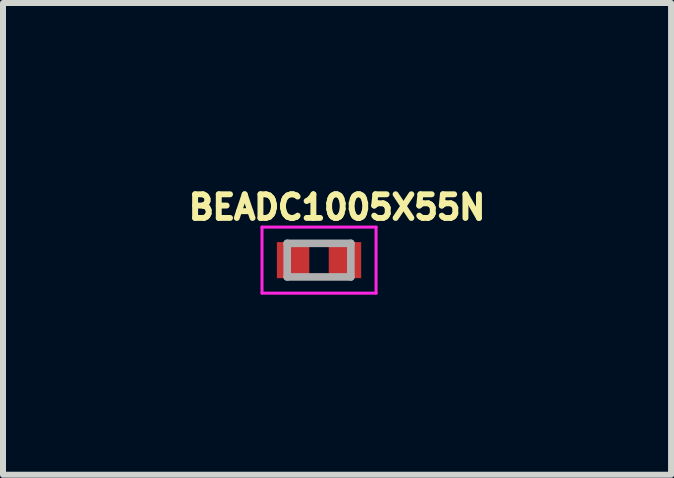
<source format=kicad_pcb>
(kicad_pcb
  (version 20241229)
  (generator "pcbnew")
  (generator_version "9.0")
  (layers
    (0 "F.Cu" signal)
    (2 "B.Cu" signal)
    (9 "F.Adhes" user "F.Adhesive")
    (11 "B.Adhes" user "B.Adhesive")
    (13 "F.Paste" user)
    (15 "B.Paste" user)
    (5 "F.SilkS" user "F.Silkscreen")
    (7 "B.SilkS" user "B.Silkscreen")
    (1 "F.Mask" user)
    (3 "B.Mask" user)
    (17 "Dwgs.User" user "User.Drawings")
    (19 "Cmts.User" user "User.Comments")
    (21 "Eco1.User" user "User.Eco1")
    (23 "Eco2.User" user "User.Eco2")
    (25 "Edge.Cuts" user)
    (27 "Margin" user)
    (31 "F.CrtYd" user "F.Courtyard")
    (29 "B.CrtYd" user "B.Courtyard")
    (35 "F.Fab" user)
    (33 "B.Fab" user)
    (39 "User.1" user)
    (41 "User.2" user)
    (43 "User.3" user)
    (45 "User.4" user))
  (footprint "BEADC1005X55N"
    (layer "F.Cu")
    (at 2.264 1.283)
    (property "Reference" "BEADC1005X55N" (at 0.3 -0.88 0) (layer "F.SilkS") (effects (font (size 0.394 0.394) (thickness 0.15))))
    (attr through_hole)
    (fp_line (start -0.95 -0.55) (end 0.95 -0.55) (stroke (width 0.05) (type solid)) (layer "F.CrtYd"))
    (fp_line (start -0.95 0.55) (end -0.95 -0.55) (stroke (width 0.05) (type solid)) (layer "F.CrtYd"))
    (fp_line (start -0.95 0.55) (end 0.95 0.55) (stroke (width 0.05) (type solid)) (layer "F.CrtYd"))
    (fp_line (start 0.95 0.55) (end 0.95 -0.55) (stroke (width 0.05) (type solid)) (layer "F.CrtYd"))
    (fp_line (start -0.53 0.28) (end -0.53 -0.28) (stroke (width 0.127) (type solid)) (layer "F.Fab"))
    (fp_line (start 0.53 -0.28) (end -0.53 -0.28) (stroke (width 0.127) (type solid)) (layer "F.Fab"))
    (fp_line (start 0.53 0.28) (end -0.53 0.28) (stroke (width 0.127) (type solid)) (layer "F.Fab"))
    (fp_line (start 0.53 0.28) (end 0.53 -0.28) (stroke (width 0.127) (type solid)) (layer "F.Fab"))
    (pad "1" smd rect (at -0.432 0) (size 0.54 0.6) (layers "F.Cu" "F.Mask" "F.Paste"))
    (pad "2" smd rect (at 0.432 0) (size 0.54 0.6) (layers "F.Cu" "F.Mask" "F.Paste")))
  (gr_rect
    (start -3 -3)
    (end 8.128 4.858)
    (stroke (width 0.1) (type default))
    (fill no)
    (layer "Edge.Cuts")))
</source>
